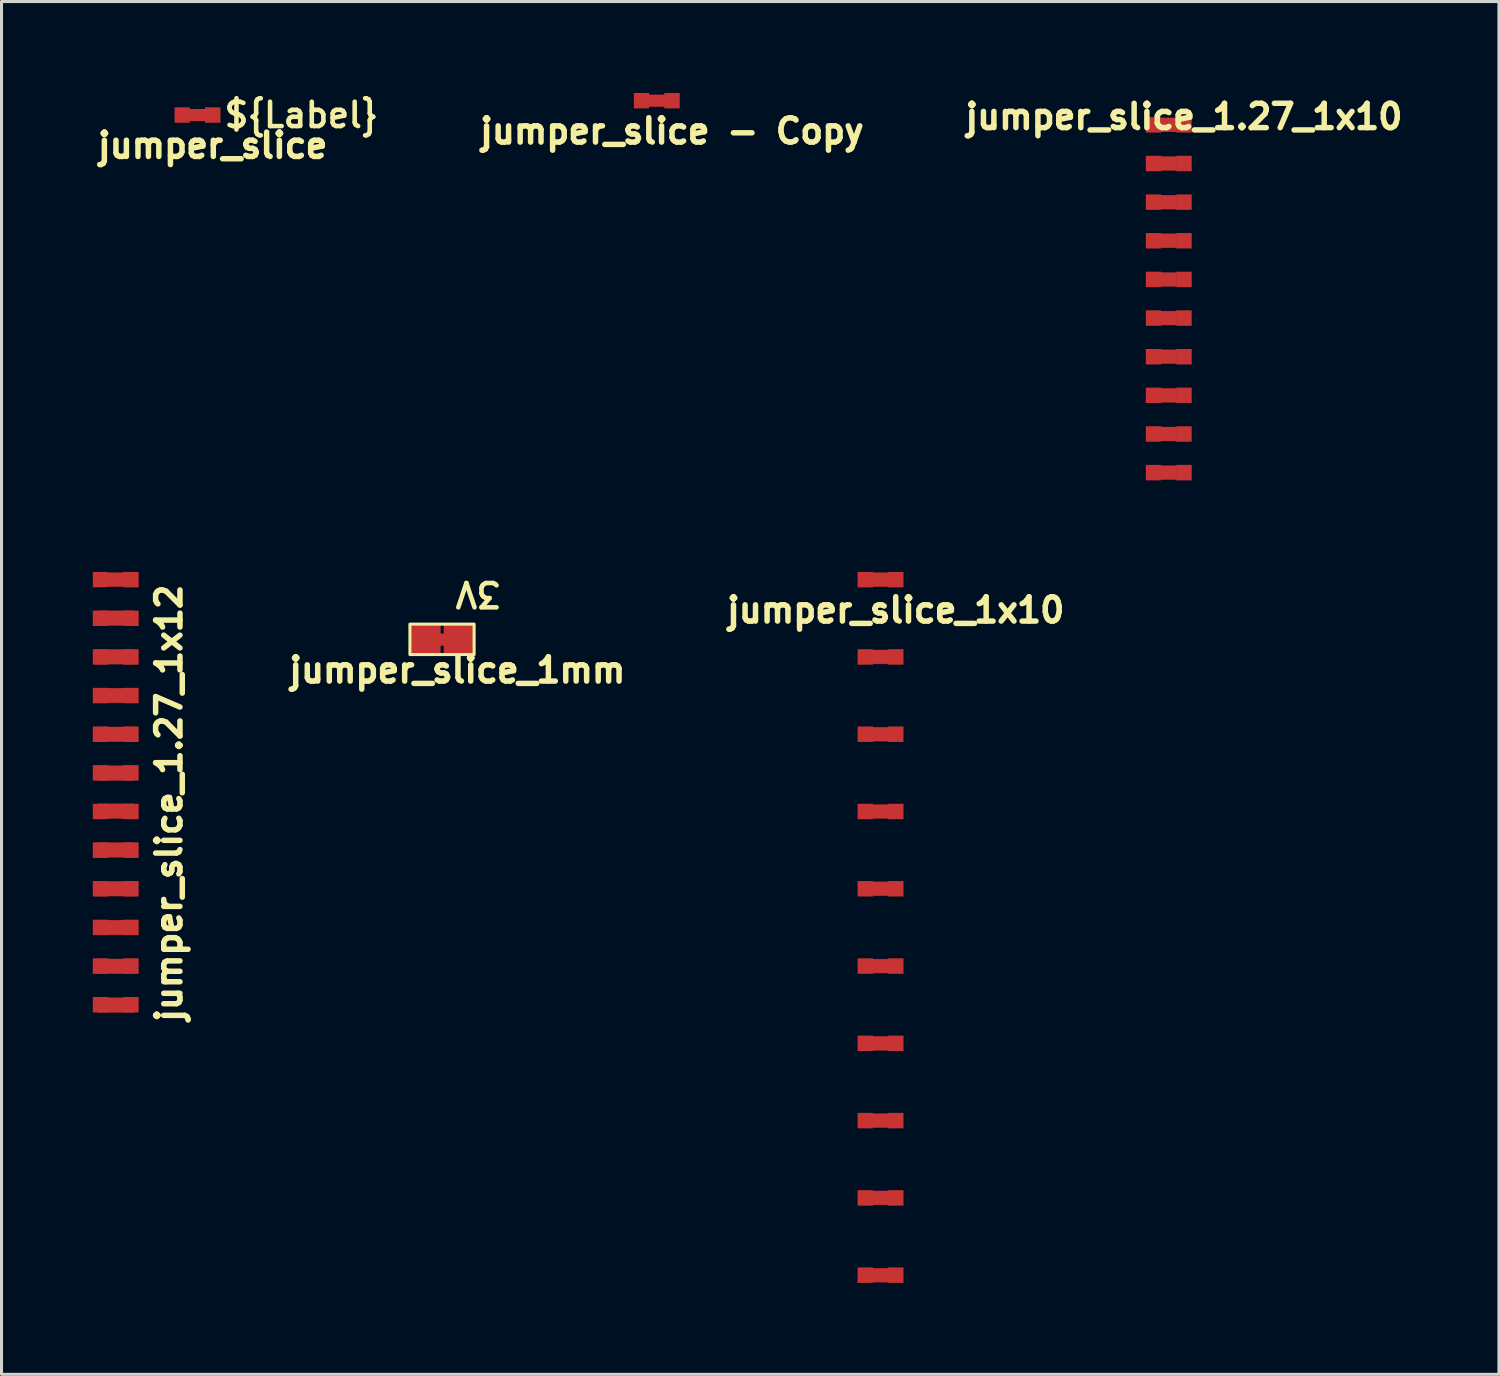
<source format=kicad_pcb>
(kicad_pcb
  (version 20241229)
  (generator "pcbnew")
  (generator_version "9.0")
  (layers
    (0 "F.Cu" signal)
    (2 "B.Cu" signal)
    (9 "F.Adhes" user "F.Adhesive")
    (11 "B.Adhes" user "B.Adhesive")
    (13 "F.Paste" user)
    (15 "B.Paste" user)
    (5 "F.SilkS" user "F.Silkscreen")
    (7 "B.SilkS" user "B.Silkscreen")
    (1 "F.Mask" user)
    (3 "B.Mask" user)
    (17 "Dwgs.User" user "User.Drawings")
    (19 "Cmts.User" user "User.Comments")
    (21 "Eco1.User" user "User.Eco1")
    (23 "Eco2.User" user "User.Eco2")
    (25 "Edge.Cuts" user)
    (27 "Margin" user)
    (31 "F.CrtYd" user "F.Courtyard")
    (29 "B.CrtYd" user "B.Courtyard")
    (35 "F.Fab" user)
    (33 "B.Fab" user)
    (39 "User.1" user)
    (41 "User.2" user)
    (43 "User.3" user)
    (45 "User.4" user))
  (footprint "jumper_slice_1.27_1x10"
    (layer "F.Cu")
    (at 35.364 1.054)
    (property "Reference" "jumper_slice_1.27_1x10" (at 0.5 -0.27 0) (layer "F.SilkS") (effects (font (size 0.8 0.8) (thickness 0.18))))
    (attr through_hole)
    (fp_poly (pts (xy 0.254 0.229) (xy -0.254 0.229) (xy -0.254 -0.229) (xy 0.254 -0.229)) (stroke (width 0.01) (type solid)) (fill yes) (layer "F.Cu"))
    (fp_poly (pts (xy 0.254 1.499) (xy -0.254 1.499) (xy -0.254 1.041) (xy 0.254 1.041)) (stroke (width 0.01) (type solid)) (fill yes) (layer "F.Cu"))
    (fp_poly (pts (xy 0.254 2.769) (xy -0.254 2.769) (xy -0.254 2.311) (xy 0.254 2.311)) (stroke (width 0.01) (type solid)) (fill yes) (layer "F.Cu"))
    (fp_poly (pts (xy 0.254 4.039) (xy -0.254 4.039) (xy -0.254 3.581) (xy 0.254 3.581)) (stroke (width 0.01) (type solid)) (fill yes) (layer "F.Cu"))
    (fp_poly (pts (xy 0.254 5.309) (xy -0.254 5.309) (xy -0.254 4.851) (xy 0.254 4.851)) (stroke (width 0.01) (type solid)) (fill yes) (layer "F.Cu"))
    (fp_poly (pts (xy 0.254 6.579) (xy -0.254 6.579) (xy -0.254 6.121) (xy 0.254 6.121)) (stroke (width 0.01) (type solid)) (fill yes) (layer "F.Cu"))
    (fp_poly (pts (xy 0.254 7.849) (xy -0.254 7.849) (xy -0.254 7.391) (xy 0.254 7.391)) (stroke (width 0.01) (type solid)) (fill yes) (layer "F.Cu"))
    (fp_poly (pts (xy 0.254 9.119) (xy -0.254 9.119) (xy -0.254 8.661) (xy 0.254 8.661)) (stroke (width 0.01) (type solid)) (fill yes) (layer "F.Cu"))
    (fp_poly (pts (xy 0.254 10.389) (xy -0.254 10.389) (xy -0.254 9.931) (xy 0.254 9.931)) (stroke (width 0.01) (type solid)) (fill yes) (layer "F.Cu"))
    (fp_poly (pts (xy 0.254 11.659) (xy -0.254 11.659) (xy -0.254 11.201) (xy 0.254 11.201)) (stroke (width 0.01) (type solid)) (fill yes) (layer "F.Cu"))
    (fp_poly (pts (xy 0.254 0.254) (xy -0.254 0.254) (xy -0.254 -0.254) (xy 0.254 -0.254)) (stroke (width 0.01) (type solid)) (fill yes) (layer "F.Mask"))
    (fp_poly (pts (xy 0.254 1.524) (xy -0.254 1.524) (xy -0.254 1.016) (xy 0.254 1.016)) (stroke (width 0.01) (type solid)) (fill yes) (layer "F.Mask"))
    (fp_poly (pts (xy 0.254 2.794) (xy -0.254 2.794) (xy -0.254 2.286) (xy 0.254 2.286)) (stroke (width 0.01) (type solid)) (fill yes) (layer "F.Mask"))
    (fp_poly (pts (xy 0.254 4.064) (xy -0.254 4.064) (xy -0.254 3.556) (xy 0.254 3.556)) (stroke (width 0.01) (type solid)) (fill yes) (layer "F.Mask"))
    (fp_poly (pts (xy 0.254 5.334) (xy -0.254 5.334) (xy -0.254 4.826) (xy 0.254 4.826)) (stroke (width 0.01) (type solid)) (fill yes) (layer "F.Mask"))
    (fp_poly (pts (xy 0.254 6.604) (xy -0.254 6.604) (xy -0.254 6.096) (xy 0.254 6.096)) (stroke (width 0.01) (type solid)) (fill yes) (layer "F.Mask"))
    (fp_poly (pts (xy 0.254 7.874) (xy -0.254 7.874) (xy -0.254 7.366) (xy 0.254 7.366)) (stroke (width 0.01) (type solid)) (fill yes) (layer "F.Mask"))
    (fp_poly (pts (xy 0.254 9.144) (xy -0.254 9.144) (xy -0.254 8.636) (xy 0.254 8.636)) (stroke (width 0.01) (type solid)) (fill yes) (layer "F.Mask"))
    (fp_poly (pts (xy 0.254 10.414) (xy -0.254 10.414) (xy -0.254 9.906) (xy 0.254 9.906)) (stroke (width 0.01) (type solid)) (fill yes) (layer "F.Mask"))
    (fp_poly (pts (xy 0.254 11.684) (xy -0.254 11.684) (xy -0.254 11.176) (xy 0.254 11.176)) (stroke (width 0.01) (type solid)) (fill yes) (layer "F.Mask"))
    (pad "1" smd rect (at -0.5 0 180) (size 0.508 0.508) (layers "F.Cu" "F.Mask"))
    (pad "2" smd rect (at 0.5 0 180) (size 0.508 0.508) (layers "F.Cu" "F.Mask"))
    (pad "3" smd rect (at -0.5 1.27 180) (size 0.508 0.508) (layers "F.Cu" "F.Mask"))
    (pad "4" smd rect (at 0.5 1.27 180) (size 0.508 0.508) (layers "F.Cu" "F.Mask"))
    (pad "5" smd rect (at -0.5 2.54 180) (size 0.508 0.508) (layers "F.Cu" "F.Mask"))
    (pad "6" smd rect (at 0.5 2.54 180) (size 0.508 0.508) (layers "F.Cu" "F.Mask"))
    (pad "7" smd rect (at -0.5 3.81 180) (size 0.508 0.508) (layers "F.Cu" "F.Mask"))
    (pad "8" smd rect (at 0.5 3.81 180) (size 0.508 0.508) (layers "F.Cu" "F.Mask"))
    (pad "9" smd rect (at -0.5 5.08 180) (size 0.508 0.508) (layers "F.Cu" "F.Mask"))
    (pad "10" smd rect (at 0.5 5.08 180) (size 0.508 0.508) (layers "F.Cu" "F.Mask"))
    (pad "11" smd rect (at -0.5 6.35 180) (size 0.508 0.508) (layers "F.Cu" "F.Mask"))
    (pad "12" smd rect (at 0.5 6.35 180) (size 0.508 0.508) (layers "F.Cu" "F.Mask"))
    (pad "13" smd rect (at -0.5 7.62 180) (size 0.508 0.508) (layers "F.Cu" "F.Mask"))
    (pad "14" smd rect (at 0.5 7.62 180) (size 0.508 0.508) (layers "F.Cu" "F.Mask"))
    (pad "15" smd rect (at -0.5 8.89 180) (size 0.508 0.508) (layers "F.Cu" "F.Mask"))
    (pad "16" smd rect (at 0.5 8.89 180) (size 0.508 0.508) (layers "F.Cu" "F.Mask"))
    (pad "17" smd rect (at -0.5 10.16 180) (size 0.508 0.508) (layers "F.Cu" "F.Mask"))
    (pad "18" smd rect (at 0.5 10.16 180) (size 0.508 0.508) (layers "F.Cu" "F.Mask"))
    (pad "19" smd rect (at -0.5 11.43 180) (size 0.508 0.508) (layers "F.Cu" "F.Mask"))
    (pad "20" smd rect (at 0.5 11.43 180) (size 0.508 0.508) (layers "F.Cu" "F.Mask")))
  (footprint "jumper_slice_1mm"
    (layer "F.Cu")
    (at 11.483 17.974)
    (property "Reference" "jumper_slice_1mm" (at 0.5 1 0) (layer "F.SilkS") (effects (font (size 0.8 0.8) (thickness 0.18))))
    (property "Label" "3V" (at 0 0 180) (unlocked yes) (layer "F.Fab") (hide yes) (effects (font (size 1 1) (thickness 0.15))))
    (attr smd dnp)
    (fp_poly (pts (xy -0.275 -0.2) (xy 0.275 -0.2) (xy 0.275 0.2) (xy -0.275 0.2)) (stroke (width 0) (type solid)) (fill yes) (layer "F.Cu"))
    (fp_rect (start -1.06 -0.5) (end 1.05 0.5) (stroke (width 0.01) (type solid)) (fill yes) (layer "F.Mask"))
    (fp_rect (start -1.06 -0.51) (end 1.05 0.49) (stroke (width 0.1) (type default)) (fill no) (layer "F.SilkS"))
    (fp_text user "${Label}" (at 2 -1.5 180) (unlocked yes) (layer "F.SilkS") (effects (font (size 0.8 0.8) (thickness 0.15) (bold yes)) (justify left)))
    (pad "1" smd rect (at -0.552 0 180) (size 1.004 1) (layers "F.Cu"))
    (pad "2" smd rect (at 0.55 -0.000001 180) (size 1 1) (layers "F.Cu")))
  (footprint "jumper_slice - Copy"
    (layer "F.Cu")
    (at 18.537 0.259)
    (property "Reference" "jumper_slice - Copy" (at 0.5 1 0) (layer "F.SilkS") (effects (font (size 0.8 0.8) (thickness 0.18))))
    (attr through_hole)
    (fp_poly (pts (xy -0.275 -0.2) (xy 0.275 -0.2) (xy 0.275 0.2) (xy -0.275 0.2)) (stroke (width 0) (type solid)) (fill yes) (layer "F.Cu"))
    (fp_poly (pts (xy 0.254 0.254) (xy -0.254 0.254) (xy -0.254 -0.254) (xy 0.254 -0.254)) (stroke (width 0.01) (type solid)) (fill yes) (layer "F.Mask"))
    (pad "1" smd rect (at -0.504 0 180) (size 0.5 0.508) (layers "F.Cu" "F.Mask"))
    (pad "2" smd rect (at 0.5 0 180) (size 0.508 0.508) (layers "F.Cu" "F.Mask")))
  (footprint "jumper_slice_1.27_1x12"
    (layer "F.Cu")
    (at 0.754 16.002)
    (property "Reference" "jumper_slice_1.27_1x12" (at 1.75 7.348 90) (layer "F.SilkS") (effects (font (size 0.8 0.8) (thickness 0.18))))
    (attr through_hole exclude_from_bom)
    (fp_poly (pts (xy 0.546 4.05) (xy -0.637 4.05) (xy -0.637 3.567) (xy 0.546 3.567)) (stroke (width 0.01) (type solid)) (fill yes) (layer "F.Cu"))
    (fp_poly (pts (xy 0.571 0.229) (xy -0.612 0.229) (xy -0.612 -0.229) (xy 0.571 -0.229)) (stroke (width 0.01) (type solid)) (fill yes) (layer "F.Cu"))
    (fp_poly (pts (xy 0.571 2.775) (xy -0.612 2.775) (xy -0.612 2.292) (xy 0.571 2.292)) (stroke (width 0.01) (type solid)) (fill yes) (layer "F.Cu"))
    (fp_poly (pts (xy 0.596 1.508) (xy -0.587 1.508) (xy -0.587 1.025) (xy 0.596 1.025)) (stroke (width 0.01) (type solid)) (fill yes) (layer "F.Cu"))
    (fp_poly (pts (xy 0.596 6.6) (xy -0.587 6.6) (xy -0.587 6.117) (xy 0.596 6.117)) (stroke (width 0.01) (type solid)) (fill yes) (layer "F.Cu"))
    (fp_poly (pts (xy 0.596 7.85) (xy -0.587 7.85) (xy -0.587 7.367) (xy 0.596 7.367)) (stroke (width 0.01) (type solid)) (fill yes) (layer "F.Cu"))
    (fp_poly (pts (xy 0.596 9.125) (xy -0.587 9.125) (xy -0.587 8.642) (xy 0.596 8.642)) (stroke (width 0.01) (type solid)) (fill yes) (layer "F.Cu"))
    (fp_poly (pts (xy 0.596 11.675) (xy -0.587 11.675) (xy -0.587 11.192) (xy 0.596 11.192)) (stroke (width 0.01) (type solid)) (fill yes) (layer "F.Cu"))
    (fp_poly (pts (xy 0.596 12.95) (xy -0.587 12.95) (xy -0.587 12.467) (xy 0.596 12.467)) (stroke (width 0.01) (type solid)) (fill yes) (layer "F.Cu"))
    (fp_poly (pts (xy 0.596 14.225) (xy -0.587 14.225) (xy -0.587 13.742) (xy 0.596 13.742)) (stroke (width 0.01) (type solid)) (fill yes) (layer "F.Cu"))
    (fp_poly (pts (xy 0.621 5.325) (xy -0.562 5.325) (xy -0.562 4.842) (xy 0.621 4.842)) (stroke (width 0.01) (type solid)) (fill yes) (layer "F.Cu"))
    (fp_poly (pts (xy 0.621 10.4) (xy -0.562 10.4) (xy -0.562 9.917) (xy 0.621 9.917)) (stroke (width 0.01) (type solid)) (fill yes) (layer "F.Cu"))
    (fp_poly (pts (xy 0.254 1.524) (xy -0.254 1.524) (xy -0.254 1.016) (xy 0.254 1.016)) (stroke (width 0.01) (type solid)) (fill yes) (layer "F.Mask"))
    (fp_poly (pts (xy 0.254 2.794) (xy -0.254 2.794) (xy -0.254 2.286) (xy 0.254 2.286)) (stroke (width 0.01) (type solid)) (fill yes) (layer "F.Mask"))
    (fp_poly (pts (xy 0.254 4.064) (xy -0.254 4.064) (xy -0.254 3.556) (xy 0.254 3.556)) (stroke (width 0.01) (type solid)) (fill yes) (layer "F.Mask"))
    (fp_poly (pts (xy 0.254 5.334) (xy -0.254 5.334) (xy -0.254 4.826) (xy 0.254 4.826)) (stroke (width 0.01) (type solid)) (fill yes) (layer "F.Mask"))
    (fp_poly (pts (xy 0.254 6.604) (xy -0.254 6.604) (xy -0.254 6.096) (xy 0.254 6.096)) (stroke (width 0.01) (type solid)) (fill yes) (layer "F.Mask"))
    (fp_poly (pts (xy 0.254 7.874) (xy -0.254 7.874) (xy -0.254 7.366) (xy 0.254 7.366)) (stroke (width 0.01) (type solid)) (fill yes) (layer "F.Mask"))
    (fp_poly (pts (xy 0.254 9.144) (xy -0.254 9.144) (xy -0.254 8.636) (xy 0.254 8.636)) (stroke (width 0.01) (type solid)) (fill yes) (layer "F.Mask"))
    (fp_poly (pts (xy 0.254 10.414) (xy -0.254 10.414) (xy -0.254 9.906) (xy 0.254 9.906)) (stroke (width 0.01) (type solid)) (fill yes) (layer "F.Mask"))
    (fp_poly (pts (xy 0.254 11.684) (xy -0.254 11.684) (xy -0.254 11.176) (xy 0.254 11.176)) (stroke (width 0.01) (type solid)) (fill yes) (layer "F.Mask"))
    (fp_poly (pts (xy 0.254 12.954) (xy -0.254 12.954) (xy -0.254 12.446) (xy 0.254 12.446)) (stroke (width 0.01) (type solid)) (fill yes) (layer "F.Mask"))
    (fp_poly (pts (xy 0.254 14.224) (xy -0.254 14.224) (xy -0.254 13.716) (xy 0.254 13.716)) (stroke (width 0.01) (type solid)) (fill yes) (layer "F.Mask"))
    (fp_poly (pts (xy 0.737 0.254) (xy -0.746 0.254) (xy -0.746 -0.254) (xy 0.737 -0.254)) (stroke (width 0.01) (type solid)) (fill yes) (layer "F.Mask"))
    (pad "1" smd rect (at -0.514 -0.002 180) (size 0.479 0.504) (layers "F.Cu" "F.Mask"))
    (pad "2" smd rect (at 0.5 0 180) (size 0.508 0.508) (layers "F.Cu" "F.Mask"))
    (pad "3" smd rect (at -0.504 1.27 180) (size 0.5 0.508) (layers "F.Cu" "F.Mask"))
    (pad "4" smd rect (at 0.5 1.27 180) (size 0.508 0.508) (layers "F.Cu" "F.Mask"))
    (pad "5" smd rect (at -0.504 2.54 180) (size 0.5 0.508) (layers "F.Cu" "F.Mask"))
    (pad "6" smd rect (at 0.5 2.54 180) (size 0.508 0.508) (layers "F.Cu" "F.Mask"))
    (pad "7" smd rect (at -0.504 3.81 180) (size 0.5 0.508) (layers "F.Cu" "F.Mask"))
    (pad "8" smd rect (at 0.5 3.81 180) (size 0.508 0.508) (layers "F.Cu" "F.Mask"))
    (pad "9" smd rect (at -0.504 5.08 180) (size 0.5 0.508) (layers "F.Cu" "F.Mask"))
    (pad "10" smd rect (at 0.5 5.08 180) (size 0.508 0.508) (layers "F.Cu" "F.Mask"))
    (pad "11" smd rect (at -0.504 6.35 180) (size 0.5 0.508) (layers "F.Cu" "F.Mask"))
    (pad "12" smd rect (at 0.5 6.35 180) (size 0.508 0.508) (layers "F.Cu" "F.Mask"))
    (pad "13" smd rect (at -0.504 7.62 180) (size 0.5 0.508) (layers "F.Cu" "F.Mask"))
    (pad "14" smd rect (at 0.5 7.62 180) (size 0.508 0.508) (layers "F.Cu" "F.Mask"))
    (pad "15" smd rect (at -0.504 8.89 180) (size 0.5 0.508) (layers "F.Cu" "F.Mask"))
    (pad "16" smd rect (at 0.5 8.89 180) (size 0.508 0.508) (layers "F.Cu" "F.Mask"))
    (pad "17" smd rect (at -0.504 10.16 180) (size 0.5 0.508) (layers "F.Cu" "F.Mask"))
    (pad "18" smd rect (at 0.5 10.16 180) (size 0.508 0.508) (layers "F.Cu" "F.Mask"))
    (pad "19" smd rect (at -0.504 11.43 180) (size 0.5 0.508) (layers "F.Cu" "F.Mask"))
    (pad "20" smd rect (at 0.5 11.43 180) (size 0.508 0.508) (layers "F.Cu" "F.Mask"))
    (pad "21" smd rect (at -0.504 12.7 180) (size 0.5 0.508) (layers "F.Cu" "F.Mask"))
    (pad "22" smd rect (at 0.5 12.7 180) (size 0.508 0.508) (layers "F.Cu" "F.Mask"))
    (pad "23" smd rect (at -0.504 13.97 180) (size 0.5 0.508) (layers "F.Cu" "F.Mask"))
    (pad "24" smd rect (at 0.5 13.97 180) (size 0.508 0.508) (layers "F.Cu" "F.Mask")))
  (footprint "jumper_slice_1x10"
    (layer "F.Cu")
    (at 25.891 16.002)
    (property "Reference" "jumper_slice_1x10" (at 0.5 1 0) (layer "F.SilkS") (effects (font (size 0.8 0.8) (thickness 0.18))))
    (attr through_hole)
    (fp_poly (pts (xy 0.254 0.229) (xy -0.254 0.229) (xy -0.254 -0.229) (xy 0.254 -0.229)) (stroke (width 0.01) (type solid)) (fill yes) (layer "F.Cu"))
    (fp_poly (pts (xy 0.254 2.769) (xy -0.254 2.769) (xy -0.254 2.311) (xy 0.254 2.311)) (stroke (width 0.01) (type solid)) (fill yes) (layer "F.Cu"))
    (fp_poly (pts (xy 0.254 5.309) (xy -0.254 5.309) (xy -0.254 4.851) (xy 0.254 4.851)) (stroke (width 0.01) (type solid)) (fill yes) (layer "F.Cu"))
    (fp_poly (pts (xy 0.254 7.849) (xy -0.254 7.849) (xy -0.254 7.391) (xy 0.254 7.391)) (stroke (width 0.01) (type solid)) (fill yes) (layer "F.Cu"))
    (fp_poly (pts (xy 0.254 10.389) (xy -0.254 10.389) (xy -0.254 9.931) (xy 0.254 9.931)) (stroke (width 0.01) (type solid)) (fill yes) (layer "F.Cu"))
    (fp_poly (pts (xy 0.254 12.929) (xy -0.254 12.929) (xy -0.254 12.471) (xy 0.254 12.471)) (stroke (width 0.01) (type solid)) (fill yes) (layer "F.Cu"))
    (fp_poly (pts (xy 0.254 15.469) (xy -0.254 15.469) (xy -0.254 15.011) (xy 0.254 15.011)) (stroke (width 0.01) (type solid)) (fill yes) (layer "F.Cu"))
    (fp_poly (pts (xy 0.254 18.009) (xy -0.254 18.009) (xy -0.254 17.551) (xy 0.254 17.551)) (stroke (width 0.01) (type solid)) (fill yes) (layer "F.Cu"))
    (fp_poly (pts (xy 0.254 20.549) (xy -0.254 20.549) (xy -0.254 20.091) (xy 0.254 20.091)) (stroke (width 0.01) (type solid)) (fill yes) (layer "F.Cu"))
    (fp_poly (pts (xy 0.254 23.089) (xy -0.254 23.089) (xy -0.254 22.631) (xy 0.254 22.631)) (stroke (width 0.01) (type solid)) (fill yes) (layer "F.Cu"))
    (fp_poly (pts (xy 0.254 0.254) (xy -0.254 0.254) (xy -0.254 -0.254) (xy 0.254 -0.254)) (stroke (width 0.01) (type solid)) (fill yes) (layer "F.Mask"))
    (fp_poly (pts (xy 0.254 2.794) (xy -0.254 2.794) (xy -0.254 2.286) (xy 0.254 2.286)) (stroke (width 0.01) (type solid)) (fill yes) (layer "F.Mask"))
    (fp_poly (pts (xy 0.254 5.334) (xy -0.254 5.334) (xy -0.254 4.826) (xy 0.254 4.826)) (stroke (width 0.01) (type solid)) (fill yes) (layer "F.Mask"))
    (fp_poly (pts (xy 0.254 7.874) (xy -0.254 7.874) (xy -0.254 7.366) (xy 0.254 7.366)) (stroke (width 0.01) (type solid)) (fill yes) (layer "F.Mask"))
    (fp_poly (pts (xy 0.254 10.414) (xy -0.254 10.414) (xy -0.254 9.906) (xy 0.254 9.906)) (stroke (width 0.01) (type solid)) (fill yes) (layer "F.Mask"))
    (fp_poly (pts (xy 0.254 12.954) (xy -0.254 12.954) (xy -0.254 12.446) (xy 0.254 12.446)) (stroke (width 0.01) (type solid)) (fill yes) (layer "F.Mask"))
    (fp_poly (pts (xy 0.254 15.494) (xy -0.254 15.494) (xy -0.254 14.986) (xy 0.254 14.986)) (stroke (width 0.01) (type solid)) (fill yes) (layer "F.Mask"))
    (fp_poly (pts (xy 0.254 18.034) (xy -0.254 18.034) (xy -0.254 17.526) (xy 0.254 17.526)) (stroke (width 0.01) (type solid)) (fill yes) (layer "F.Mask"))
    (fp_poly (pts (xy 0.254 20.574) (xy -0.254 20.574) (xy -0.254 20.066) (xy 0.254 20.066)) (stroke (width 0.01) (type solid)) (fill yes) (layer "F.Mask"))
    (fp_poly (pts (xy 0.254 23.114) (xy -0.254 23.114) (xy -0.254 22.606) (xy 0.254 22.606)) (stroke (width 0.01) (type solid)) (fill yes) (layer "F.Mask"))
    (pad "1" smd rect (at -0.5 0 180) (size 0.508 0.508) (layers "F.Cu" "F.Mask"))
    (pad "1" smd rect (at -0.5 12.7 180) (size 0.508 0.508) (layers "F.Cu" "F.Mask"))
    (pad "2" smd rect (at 0.5 0 180) (size 0.508 0.508) (layers "F.Cu" "F.Mask"))
    (pad "2" smd rect (at 0.5 12.7 180) (size 0.508 0.508) (layers "F.Cu" "F.Mask"))
    (pad "3" smd rect (at -0.5 2.54 180) (size 0.508 0.508) (layers "F.Cu" "F.Mask"))
    (pad "4" smd rect (at 0.5 2.54 180) (size 0.508 0.508) (layers "F.Cu" "F.Mask"))
    (pad "5" smd rect (at -0.5 5.08 180) (size 0.508 0.508) (layers "F.Cu" "F.Mask"))
    (pad "6" smd rect (at 0.5 5.08 180) (size 0.508 0.508) (layers "F.Cu" "F.Mask"))
    (pad "7" smd rect (at -0.5 7.62 180) (size 0.508 0.508) (layers "F.Cu" "F.Mask"))
    (pad "8" smd rect (at 0.5 7.62 180) (size 0.508 0.508) (layers "F.Cu" "F.Mask"))
    (pad "9" smd rect (at -0.5 10.16 180) (size 0.508 0.508) (layers "F.Cu" "F.Mask"))
    (pad "10" smd rect (at 0.5 10.16 180) (size 0.508 0.508) (layers "F.Cu" "F.Mask"))
    (pad "11" smd rect (at -0.5 15.24 180) (size 0.508 0.508) (layers "F.Cu" "F.Mask"))
    (pad "12" smd rect (at 0.5 15.24 180) (size 0.508 0.508) (layers "F.Cu" "F.Mask"))
    (pad "13" smd rect (at -0.5 17.78 180) (size 0.508 0.508) (layers "F.Cu" "F.Mask"))
    (pad "14" smd rect (at 0.5 17.78 180) (size 0.508 0.508) (layers "F.Cu" "F.Mask"))
    (pad "15" smd rect (at -0.5 20.32 180) (size 0.508 0.508) (layers "F.Cu" "F.Mask"))
    (pad "16" smd rect (at 0.5 20.32 180) (size 0.508 0.508) (layers "F.Cu" "F.Mask"))
    (pad "17" smd rect (at -0.5 22.86 180) (size 0.508 0.508) (layers "F.Cu" "F.Mask"))
    (pad "18" smd rect (at 0.5 22.86 180) (size 0.508 0.508) (layers "F.Cu" "F.Mask")))
  (footprint "jumper_slice"
    (layer "F.Cu")
    (at 3.442 0.731)
    (property "Reference" "jumper_slice" (at 0.5 1 0) (layer "F.SilkS") (effects (font (size 0.8 0.8) (thickness 0.18))))
    (attr through_hole exclude_from_bom)
    (fp_poly (pts (xy -0.275 -0.2) (xy 0.275 -0.2) (xy 0.275 0.2) (xy -0.275 0.2)) (stroke (width 0) (type solid)) (fill yes) (layer "F.Cu"))
    (fp_poly (pts (xy 0.254 0.254) (xy -0.254 0.254) (xy -0.254 -0.254) (xy 0.254 -0.254)) (stroke (width 0.01) (type solid)) (fill yes) (layer "F.Mask"))
    (fp_text user "${Label}" (at 0.8 0 0) (unlocked yes) (layer "F.SilkS") (effects (font (size 0.8 0.8) (thickness 0.15) (bold yes)) (justify left)))
    (pad "1" smd rect (at -0.504 0) (size 0.5 0.508) (layers "F.Cu" "F.Mask"))
    (pad "2" smd rect (at 0.5 0) (size 0.508 0.508) (layers "F.Cu" "F.Mask")))
  (gr_rect
    (start -3 -3)
    (end 46.216 42.121)
    (stroke (width 0.1) (type default))
    (fill no)
    (layer "Edge.Cuts")))
</source>
